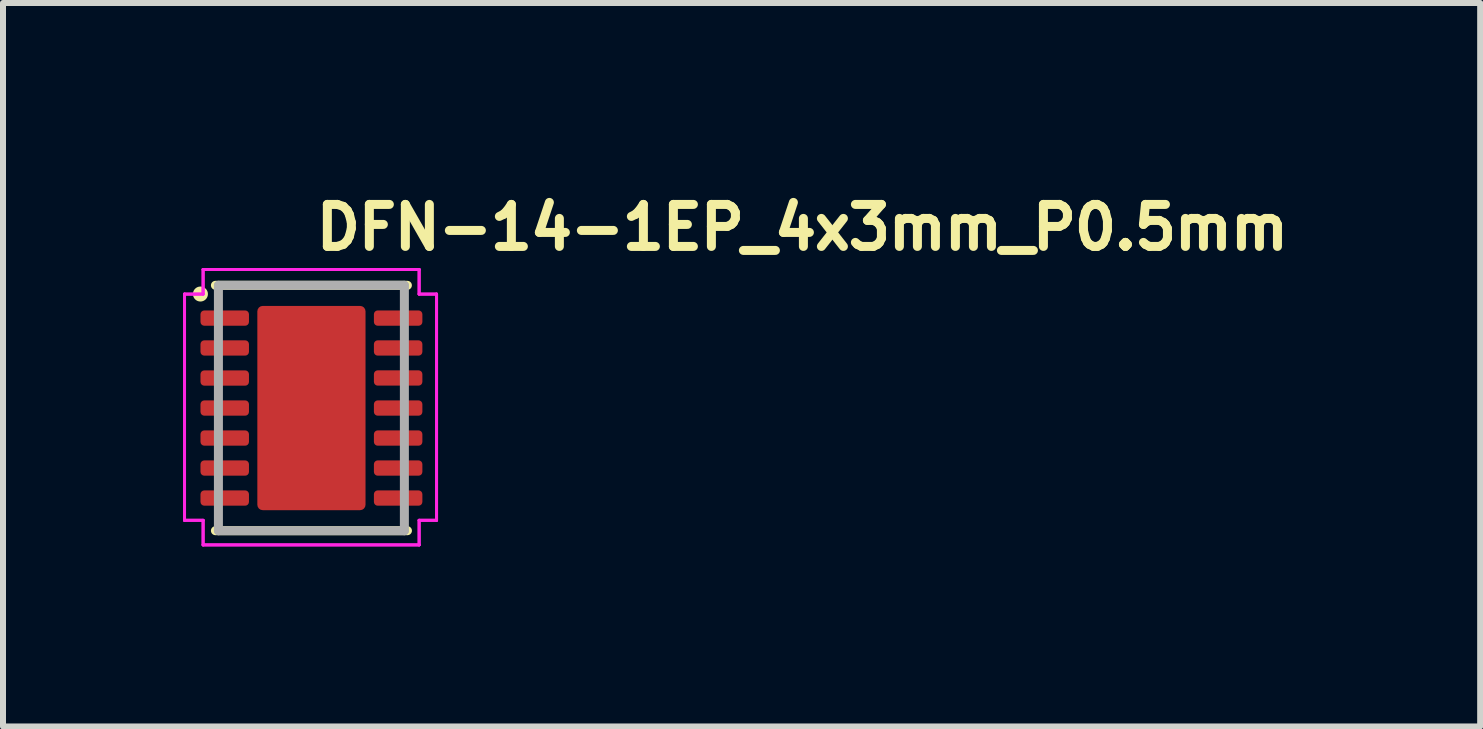
<source format=kicad_pcb>
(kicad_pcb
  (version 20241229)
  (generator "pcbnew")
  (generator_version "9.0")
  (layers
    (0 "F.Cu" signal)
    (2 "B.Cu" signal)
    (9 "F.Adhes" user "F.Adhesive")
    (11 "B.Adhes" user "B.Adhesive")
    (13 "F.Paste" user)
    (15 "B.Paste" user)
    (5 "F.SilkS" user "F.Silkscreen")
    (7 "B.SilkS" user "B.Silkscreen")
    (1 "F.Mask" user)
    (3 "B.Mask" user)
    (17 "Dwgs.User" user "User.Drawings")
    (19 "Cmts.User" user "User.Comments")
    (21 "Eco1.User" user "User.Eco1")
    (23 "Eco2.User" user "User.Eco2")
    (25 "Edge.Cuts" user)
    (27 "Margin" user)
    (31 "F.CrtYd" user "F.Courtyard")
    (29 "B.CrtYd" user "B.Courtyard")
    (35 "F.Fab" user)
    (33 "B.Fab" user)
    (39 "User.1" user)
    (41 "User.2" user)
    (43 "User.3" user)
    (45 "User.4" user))
  (footprint "DFN-14-1EP_4x3mm_P0.5mm"
    (layer "F.Cu")
    (at 2.14 3.75)
    (property "Reference" "DFN-14-1EP_4x3mm_P0.5mm" (at 0 -2.6 0) (layer "F.SilkS") (effects (font (size 0.7 0.7) (thickness 0.15)) (justify left bottom)))
    (attr smd)
    (fp_line (start -1.6 -2.045) (end 1.599 -2.045) (stroke (width 0.15) (type solid)) (layer "F.SilkS"))
    (fp_line (start -1.6 2.044) (end 1.6 2.044) (stroke (width 0.15) (type solid)) (layer "F.SilkS"))
    (fp_circle (center -1.85 -1.9) (end -1.8 -1.9) (stroke (width 0.15) (type solid)) (fill yes) (layer "F.SilkS"))
    (fp_line (start -2.115 -1.899) (end -1.805 -1.899) (stroke (width 0.05) (type solid)) (layer "F.CrtYd"))
    (fp_line (start -2.115 -1.899) (end -1.805 -1.899) (stroke (width 0.05) (type solid)) (layer "F.CrtYd"))
    (fp_line (start -2.115 1.871) (end -2.115 -1.899) (stroke (width 0.05) (type solid)) (layer "F.CrtYd"))
    (fp_line (start -2.115 1.871) (end -2.115 -1.899) (stroke (width 0.05) (type solid)) (layer "F.CrtYd"))
    (fp_line (start -2.115 1.871) (end -1.805 1.871) (stroke (width 0.05) (type solid)) (layer "F.CrtYd"))
    (fp_line (start -1.805 -2.309) (end 1.795 -2.309) (stroke (width 0.05) (type solid)) (layer "F.CrtYd"))
    (fp_line (start -1.805 -2.309) (end 1.795 -2.309) (stroke (width 0.05) (type solid)) (layer "F.CrtYd"))
    (fp_line (start -1.805 -1.899) (end -1.805 -2.309) (stroke (width 0.05) (type solid)) (layer "F.CrtYd"))
    (fp_line (start -1.805 -1.899) (end -1.805 -2.309) (stroke (width 0.05) (type solid)) (layer "F.CrtYd"))
    (fp_line (start -1.805 1.871) (end -2.115 1.871) (stroke (width 0.05) (type solid)) (layer "F.CrtYd"))
    (fp_line (start -1.805 2.281) (end -1.805 1.871) (stroke (width 0.05) (type solid)) (layer "F.CrtYd"))
    (fp_line (start -1.805 2.281) (end -1.805 1.871) (stroke (width 0.05) (type solid)) (layer "F.CrtYd"))
    (fp_line (start 1.795 -2.309) (end 1.795 -1.899) (stroke (width 0.05) (type solid)) (layer "F.CrtYd"))
    (fp_line (start 1.795 -2.309) (end 1.795 -1.899) (stroke (width 0.05) (type solid)) (layer "F.CrtYd"))
    (fp_line (start 1.795 -1.899) (end 2.085 -1.899) (stroke (width 0.05) (type solid)) (layer "F.CrtYd"))
    (fp_line (start 1.795 1.871) (end 1.795 2.281) (stroke (width 0.05) (type solid)) (layer "F.CrtYd"))
    (fp_line (start 1.795 1.871) (end 1.795 2.281) (stroke (width 0.05) (type solid)) (layer "F.CrtYd"))
    (fp_line (start 1.795 2.281) (end -1.805 2.281) (stroke (width 0.05) (type solid)) (layer "F.CrtYd"))
    (fp_line (start 1.795 2.281) (end -1.805 2.281) (stroke (width 0.05) (type solid)) (layer "F.CrtYd"))
    (fp_line (start 2.085 -1.899) (end 1.795 -1.899) (stroke (width 0.05) (type solid)) (layer "F.CrtYd"))
    (fp_line (start 2.085 -1.899) (end 2.085 1.871) (stroke (width 0.05) (type solid)) (layer "F.CrtYd"))
    (fp_line (start 2.085 -1.899) (end 2.085 1.871) (stroke (width 0.05) (type solid)) (layer "F.CrtYd"))
    (fp_line (start 2.085 1.871) (end 1.795 1.871) (stroke (width 0.05) (type solid)) (layer "F.CrtYd"))
    (fp_line (start 2.085 1.871) (end 1.795 1.871) (stroke (width 0.05) (type solid)) (layer "F.CrtYd"))
    (fp_line (start -1.55 -2.045) (end -1.55 2.044) (stroke (width 0.15) (type solid)) (layer "F.Fab"))
    (fp_line (start -1.55 2.044) (end 1.549 2.044) (stroke (width 0.15) (type solid)) (layer "F.Fab"))
    (fp_line (start 1.549 -2.045) (end -1.55 -2.045) (stroke (width 0.15) (type solid)) (layer "F.Fab"))
    (fp_line (start 1.549 2.044) (end 1.549 -2.045) (stroke (width 0.15) (type solid)) (layer "F.Fab"))
    (fp_rect (start -1.55 -2.045) (end 1.549 2.044) (stroke (width 0.1) (type solid)) (fill no) (layer "User.5"))
    (fp_line (start -1.55 -2.045) (end -1.55 2.044) (stroke (width 0.02) (type solid)) (layer "User.9"))
    (fp_line (start -1.55 2.044) (end 1.549 2.044) (stroke (width 0.02) (type solid)) (layer "User.9"))
    (fp_line (start -1.319 -1.499) (end -1.319 -1.499) (stroke (width 0.02) (type solid)) (layer "User.9"))
    (fp_line (start -1.319 -1.499) (end -1.317 -1.496) (stroke (width 0.02) (type solid)) (layer "User.9"))
    (fp_line (start -1.317 -1.511) (end -1.317 -1.507) (stroke (width 0.02) (type solid)) (layer "User.9"))
    (fp_line (start -1.317 -1.507) (end -1.317 -1.503) (stroke (width 0.02) (type solid)) (layer "User.9"))
    (fp_line (start -1.317 -1.503) (end -1.319 -1.499) (stroke (width 0.02) (type solid)) (layer "User.9"))
    (fp_line (start -1.317 -1.496) (end -1.317 -1.492) (stroke (width 0.02) (type solid)) (layer "User.9"))
    (fp_line (start -1.317 -1.492) (end -1.317 -1.489) (stroke (width 0.02) (type solid)) (layer "User.9"))
    (fp_line (start -1.317 -1.489) (end -1.316 -1.485) (stroke (width 0.02) (type solid)) (layer "User.9"))
    (fp_line (start -1.316 -1.515) (end -1.317 -1.511) (stroke (width 0.02) (type solid)) (layer "User.9"))
    (fp_line (start -1.316 -1.485) (end -1.315 -1.481) (stroke (width 0.02) (type solid)) (layer "User.9"))
    (fp_line (start -1.315 -1.519) (end -1.316 -1.515) (stroke (width 0.02) (type solid)) (layer "User.9"))
    (fp_line (start -1.315 -1.481) (end -1.314 -1.477) (stroke (width 0.02) (type solid)) (layer "User.9"))
    (fp_line (start -1.314 -1.523) (end -1.315 -1.519) (stroke (width 0.02) (type solid)) (layer "User.9"))
    (fp_line (start -1.314 -1.477) (end -1.313 -1.473) (stroke (width 0.02) (type solid)) (layer "User.9"))
    (fp_line (start -1.313 -1.526) (end -1.314 -1.523) (stroke (width 0.02) (type solid)) (layer "User.9"))
    (fp_line (start -1.313 -1.473) (end -1.311 -1.47) (stroke (width 0.02) (type solid)) (layer "User.9"))
    (fp_line (start -1.311 -1.53) (end -1.313 -1.526) (stroke (width 0.02) (type solid)) (layer "User.9"))
    (fp_line (start -1.311 -1.47) (end -1.31 -1.466) (stroke (width 0.02) (type solid)) (layer "User.9"))
    (fp_line (start -1.31 -1.534) (end -1.311 -1.53) (stroke (width 0.02) (type solid)) (layer "User.9"))
    (fp_line (start -1.31 -1.466) (end -1.308 -1.463) (stroke (width 0.02) (type solid)) (layer "User.9"))
    (fp_line (start -1.308 -1.536) (end -1.31 -1.534) (stroke (width 0.02) (type solid)) (layer "User.9"))
    (fp_line (start -1.308 -1.463) (end -1.306 -1.459) (stroke (width 0.02) (type solid)) (layer "User.9"))
    (fp_line (start -1.306 -1.541) (end -1.308 -1.536) (stroke (width 0.02) (type solid)) (layer "User.9"))
    (fp_line (start -1.306 -1.459) (end -1.304 -1.456) (stroke (width 0.02) (type solid)) (layer "User.9"))
    (fp_line (start -1.304 -1.543) (end -1.306 -1.541) (stroke (width 0.02) (type solid)) (layer "User.9"))
    (fp_line (start -1.304 -1.456) (end -1.302 -1.454) (stroke (width 0.02) (type solid)) (layer "User.9"))
    (fp_line (start -1.302 -1.546) (end -1.304 -1.543) (stroke (width 0.02) (type solid)) (layer "User.9"))
    (fp_line (start -1.302 -1.454) (end -1.301 -1.45) (stroke (width 0.02) (type solid)) (layer "User.9"))
    (fp_line (start -1.301 -1.55) (end -1.302 -1.546) (stroke (width 0.02) (type solid)) (layer "User.9"))
    (fp_line (start -1.301 -1.45) (end -1.298 -1.447) (stroke (width 0.02) (type solid)) (layer "User.9"))
    (fp_line (start -1.298 -1.552) (end -1.301 -1.55) (stroke (width 0.02) (type solid)) (layer "User.9"))
    (fp_line (start -1.298 -1.447) (end -1.296 -1.446) (stroke (width 0.02) (type solid)) (layer "User.9"))
    (fp_line (start -1.296 -1.554) (end -1.298 -1.552) (stroke (width 0.02) (type solid)) (layer "User.9"))
    (fp_line (start -1.296 -1.446) (end -1.293 -1.442) (stroke (width 0.02) (type solid)) (layer "User.9"))
    (fp_line (start -1.293 -1.558) (end -1.296 -1.554) (stroke (width 0.02) (type solid)) (layer "User.9"))
    (fp_line (start -1.293 -1.442) (end -1.29 -1.44) (stroke (width 0.02) (type solid)) (layer "User.9"))
    (fp_line (start -1.29 -1.559) (end -1.293 -1.558) (stroke (width 0.02) (type solid)) (layer "User.9"))
    (fp_line (start -1.29 -1.44) (end -1.287 -1.438) (stroke (width 0.02) (type solid)) (layer "User.9"))
    (fp_line (start -1.287 -1.562) (end -1.29 -1.559) (stroke (width 0.02) (type solid)) (layer "User.9"))
    (fp_line (start -1.287 -1.438) (end -1.283 -1.435) (stroke (width 0.02) (type solid)) (layer "User.9"))
    (fp_line (start -1.283 -1.565) (end -1.287 -1.562) (stroke (width 0.02) (type solid)) (layer "User.9"))
    (fp_line (start -1.283 -1.435) (end -1.28 -1.433) (stroke (width 0.02) (type solid)) (layer "User.9"))
    (fp_line (start -1.28 -1.567) (end -1.283 -1.565) (stroke (width 0.02) (type solid)) (layer "User.9"))
    (fp_line (start -1.28 -1.433) (end -1.277 -1.431) (stroke (width 0.02) (type solid)) (layer "User.9"))
    (fp_line (start -1.277 -1.569) (end -1.28 -1.567) (stroke (width 0.02) (type solid)) (layer "User.9"))
    (fp_line (start -1.277 -1.431) (end -1.274 -1.43) (stroke (width 0.02) (type solid)) (layer "User.9"))
    (fp_line (start -1.274 -1.57) (end -1.277 -1.569) (stroke (width 0.02) (type solid)) (layer "User.9"))
    (fp_line (start -1.274 -1.43) (end -1.27 -1.428) (stroke (width 0.02) (type solid)) (layer "User.9"))
    (fp_line (start -1.27 -1.572) (end -1.274 -1.57) (stroke (width 0.02) (type solid)) (layer "User.9"))
    (fp_line (start -1.27 -1.428) (end -1.268 -1.427) (stroke (width 0.02) (type solid)) (layer "User.9"))
    (fp_line (start -1.268 -1.572) (end -1.27 -1.572) (stroke (width 0.02) (type solid)) (layer "User.9"))
    (fp_line (start -1.268 -1.427) (end -1.264 -1.427) (stroke (width 0.02) (type solid)) (layer "User.9"))
    (fp_line (start -1.264 -1.573) (end -1.268 -1.572) (stroke (width 0.02) (type solid)) (layer "User.9"))
    (fp_line (start -1.264 -1.427) (end -1.26 -1.425) (stroke (width 0.02) (type solid)) (layer "User.9"))
    (fp_line (start -1.26 -1.575) (end -1.264 -1.573) (stroke (width 0.02) (type solid)) (layer "User.9"))
    (fp_line (start -1.26 -1.425) (end -1.257 -1.425) (stroke (width 0.02) (type solid)) (layer "User.9"))
    (fp_line (start -1.257 -1.575) (end -1.26 -1.575) (stroke (width 0.02) (type solid)) (layer "User.9"))
    (fp_line (start -1.257 -1.425) (end -1.252 -1.424) (stroke (width 0.02) (type solid)) (layer "User.9"))
    (fp_line (start -1.252 -1.576) (end -1.257 -1.575) (stroke (width 0.02) (type solid)) (layer "User.9"))
    (fp_line (start -1.252 -1.424) (end -1.248 -1.423) (stroke (width 0.02) (type solid)) (layer "User.9"))
    (fp_line (start -1.248 -1.577) (end -1.252 -1.576) (stroke (width 0.02) (type solid)) (layer "User.9"))
    (fp_line (start -1.248 -1.423) (end -1.244 -1.423) (stroke (width 0.02) (type solid)) (layer "User.9"))
    (fp_line (start -1.244 -1.577) (end -1.248 -1.577) (stroke (width 0.02) (type solid)) (layer "User.9"))
    (fp_line (start -1.244 -1.423) (end -1.24 -1.423) (stroke (width 0.02) (type solid)) (layer "User.9"))
    (fp_line (start -1.24 -1.577) (end -1.244 -1.577) (stroke (width 0.02) (type solid)) (layer "User.9"))
    (fp_line (start -1.24 -1.577) (end -1.24 -1.577) (stroke (width 0.02) (type solid)) (layer "User.9"))
    (fp_line (start -1.24 -1.423) (end -1.24 -1.423) (stroke (width 0.02) (type solid)) (layer "User.9"))
    (fp_line (start -1.24 -1.423) (end -1.237 -1.423) (stroke (width 0.02) (type solid)) (layer "User.9"))
    (fp_line (start -1.237 -1.577) (end -1.24 -1.577) (stroke (width 0.02) (type solid)) (layer "User.9"))
    (fp_line (start -1.237 -1.423) (end -1.233 -1.423) (stroke (width 0.02) (type solid)) (layer "User.9"))
    (fp_line (start -1.233 -1.577) (end -1.237 -1.577) (stroke (width 0.02) (type solid)) (layer "User.9"))
    (fp_line (start -1.233 -1.423) (end -1.229 -1.424) (stroke (width 0.02) (type solid)) (layer "User.9"))
    (fp_line (start -1.229 -1.576) (end -1.233 -1.577) (stroke (width 0.02) (type solid)) (layer "User.9"))
    (fp_line (start -1.229 -1.424) (end -1.225 -1.425) (stroke (width 0.02) (type solid)) (layer "User.9"))
    (fp_line (start -1.225 -1.575) (end -1.229 -1.576) (stroke (width 0.02) (type solid)) (layer "User.9"))
    (fp_line (start -1.225 -1.425) (end -1.221 -1.425) (stroke (width 0.02) (type solid)) (layer "User.9"))
    (fp_line (start -1.221 -1.575) (end -1.225 -1.575) (stroke (width 0.02) (type solid)) (layer "User.9"))
    (fp_line (start -1.221 -1.425) (end -1.217 -1.427) (stroke (width 0.02) (type solid)) (layer "User.9"))
    (fp_line (start -1.217 -1.573) (end -1.221 -1.575) (stroke (width 0.02) (type solid)) (layer "User.9"))
    (fp_line (start -1.217 -1.427) (end -1.213 -1.427) (stroke (width 0.02) (type solid)) (layer "User.9"))
    (fp_line (start -1.213 -1.572) (end -1.217 -1.573) (stroke (width 0.02) (type solid)) (layer "User.9"))
    (fp_line (start -1.213 -1.427) (end -1.21 -1.428) (stroke (width 0.02) (type solid)) (layer "User.9"))
    (fp_line (start -1.21 -1.572) (end -1.213 -1.572) (stroke (width 0.02) (type solid)) (layer "User.9"))
    (fp_line (start -1.21 -1.428) (end -1.207 -1.43) (stroke (width 0.02) (type solid)) (layer "User.9"))
    (fp_line (start -1.207 -1.57) (end -1.21 -1.572) (stroke (width 0.02) (type solid)) (layer "User.9"))
    (fp_line (start -1.207 -1.43) (end -1.204 -1.431) (stroke (width 0.02) (type solid)) (layer "User.9"))
    (fp_line (start -1.204 -1.569) (end -1.207 -1.57) (stroke (width 0.02) (type solid)) (layer "User.9"))
    (fp_line (start -1.204 -1.431) (end -1.201 -1.433) (stroke (width 0.02) (type solid)) (layer "User.9"))
    (fp_line (start -1.201 -1.567) (end -1.204 -1.569) (stroke (width 0.02) (type solid)) (layer "User.9"))
    (fp_line (start -1.201 -1.433) (end -1.198 -1.435) (stroke (width 0.02) (type solid)) (layer "User.9"))
    (fp_line (start -1.198 -1.565) (end -1.201 -1.567) (stroke (width 0.02) (type solid)) (layer "User.9"))
    (fp_line (start -1.198 -1.435) (end -1.195 -1.438) (stroke (width 0.02) (type solid)) (layer "User.9"))
    (fp_line (start -1.195 -1.562) (end -1.198 -1.565) (stroke (width 0.02) (type solid)) (layer "User.9"))
    (fp_line (start -1.195 -1.438) (end -1.192 -1.44) (stroke (width 0.02) (type solid)) (layer "User.9"))
    (fp_line (start -1.192 -1.559) (end -1.195 -1.562) (stroke (width 0.02) (type solid)) (layer "User.9"))
    (fp_line (start -1.192 -1.44) (end -1.188 -1.442) (stroke (width 0.02) (type solid)) (layer "User.9"))
    (fp_line (start -1.188 -1.558) (end -1.192 -1.559) (stroke (width 0.02) (type solid)) (layer "User.9"))
    (fp_line (start -1.188 -1.442) (end -1.185 -1.446) (stroke (width 0.02) (type solid)) (layer "User.9"))
    (fp_line (start -1.185 -1.554) (end -1.188 -1.558) (stroke (width 0.02) (type solid)) (layer "User.9"))
    (fp_line (start -1.185 -1.446) (end -1.183 -1.447) (stroke (width 0.02) (type solid)) (layer "User.9"))
    (fp_line (start -1.183 -1.552) (end -1.185 -1.554) (stroke (width 0.02) (type solid)) (layer "User.9"))
    (fp_line (start -1.183 -1.447) (end -1.18 -1.45) (stroke (width 0.02) (type solid)) (layer "User.9"))
    (fp_line (start -1.18 -1.55) (end -1.183 -1.552) (stroke (width 0.02) (type solid)) (layer "User.9"))
    (fp_line (start -1.18 -1.45) (end -1.178 -1.454) (stroke (width 0.02) (type solid)) (layer "User.9"))
    (fp_line (start -1.178 -1.546) (end -1.18 -1.55) (stroke (width 0.02) (type solid)) (layer "User.9"))
    (fp_line (start -1.178 -1.454) (end -1.176 -1.456) (stroke (width 0.02) (type solid)) (layer "User.9"))
    (fp_line (start -1.176 -1.543) (end -1.178 -1.546) (stroke (width 0.02) (type solid)) (layer "User.9"))
    (fp_line (start -1.176 -1.456) (end -1.174 -1.459) (stroke (width 0.02) (type solid)) (layer "User.9"))
    (fp_line (start -1.174 -1.541) (end -1.176 -1.543) (stroke (width 0.02) (type solid)) (layer "User.9"))
    (fp_line (start -1.174 -1.459) (end -1.172 -1.463) (stroke (width 0.02) (type solid)) (layer "User.9"))
    (fp_line (start -1.172 -1.536) (end -1.174 -1.541) (stroke (width 0.02) (type solid)) (layer "User.9"))
    (fp_line (start -1.172 -1.463) (end -1.17 -1.466) (stroke (width 0.02) (type solid)) (layer "User.9"))
    (fp_line (start -1.17 -1.534) (end -1.172 -1.536) (stroke (width 0.02) (type solid)) (layer "User.9"))
    (fp_line (start -1.17 -1.466) (end -1.169 -1.47) (stroke (width 0.02) (type solid)) (layer "User.9"))
    (fp_line (start -1.169 -1.53) (end -1.17 -1.534) (stroke (width 0.02) (type solid)) (layer "User.9"))
    (fp_line (start -1.169 -1.47) (end -1.167 -1.473) (stroke (width 0.02) (type solid)) (layer "User.9"))
    (fp_line (start -1.167 -1.526) (end -1.169 -1.53) (stroke (width 0.02) (type solid)) (layer "User.9"))
    (fp_line (start -1.167 -1.473) (end -1.166 -1.477) (stroke (width 0.02) (type solid)) (layer "User.9"))
    (fp_line (start -1.166 -1.523) (end -1.167 -1.526) (stroke (width 0.02) (type solid)) (layer "User.9"))
    (fp_line (start -1.166 -1.477) (end -1.165 -1.481) (stroke (width 0.02) (type solid)) (layer "User.9"))
    (fp_line (start -1.165 -1.519) (end -1.166 -1.523) (stroke (width 0.02) (type solid)) (layer "User.9"))
    (fp_line (start -1.165 -1.481) (end -1.164 -1.485) (stroke (width 0.02) (type solid)) (layer "User.9"))
    (fp_line (start -1.164 -1.515) (end -1.165 -1.519) (stroke (width 0.02) (type solid)) (layer "User.9"))
    (fp_line (start -1.164 -1.511) (end -1.164 -1.515) (stroke (width 0.02) (type solid)) (layer "User.9"))
    (fp_line (start -1.164 -1.489) (end -1.163 -1.492) (stroke (width 0.02) (type solid)) (layer "User.9"))
    (fp_line (start -1.164 -1.485) (end -1.164 -1.489) (stroke (width 0.02) (type solid)) (layer "User.9"))
    (fp_line (start -1.163 -1.507) (end -1.164 -1.511) (stroke (width 0.02) (type solid)) (layer "User.9"))
    (fp_line (start -1.163 -1.503) (end -1.163 -1.507) (stroke (width 0.02) (type solid)) (layer "User.9"))
    (fp_line (start -1.163 -1.499) (end -1.163 -1.503) (stroke (width 0.02) (type solid)) (layer "User.9"))
    (fp_line (start -1.163 -1.499) (end -1.163 -1.499) (stroke (width 0.02) (type solid)) (layer "User.9"))
    (fp_line (start -1.163 -1.499) (end -1.163 -1.499) (stroke (width 0.02) (type solid)) (layer "User.9"))
    (fp_line (start -1.163 -1.496) (end -1.163 -1.499) (stroke (width 0.02) (type solid)) (layer "User.9"))
    (fp_line (start -1.163 -1.492) (end -1.163 -1.496) (stroke (width 0.02) (type solid)) (layer "User.9"))
    (fp_line (start 1.549 -2.045) (end -1.55 -2.045) (stroke (width 0.02) (type solid)) (layer "User.9"))
    (fp_line (start 1.549 2.044) (end 1.549 -2.045) (stroke (width 0.02) (type solid)) (layer "User.9"))
    (pad "" smd roundrect (at 0 -0.8) (size 1.3 1.3) (layers "F.Cu" "F.Paste") (roundrect_rratio 0.05))
    (pad "" smd roundrect (at 0 0.8) (size 1.3 1.3) (layers "F.Cu" "F.Paste") (roundrect_rratio 0.05))
    (pad "1" smd roundrect (at -1.445 -1.499) (size 0.808 0.255) (layers "F.Cu" "F.Mask" "F.Paste") (roundrect_rratio 0.25))
    (pad "2" smd roundrect (at -1.445 -1.001) (size 0.808 0.255) (layers "F.Cu" "F.Mask" "F.Paste") (roundrect_rratio 0.25))
    (pad "3" smd roundrect (at -1.445 -0.5) (size 0.808 0.255) (layers "F.Cu" "F.Mask" "F.Paste") (roundrect_rratio 0.25))
    (pad "4" smd roundrect (at -1.445 0) (size 0.808 0.255) (layers "F.Cu" "F.Mask" "F.Paste") (roundrect_rratio 0.25))
    (pad "5" smd roundrect (at -1.445 0.5) (size 0.808 0.255) (layers "F.Cu" "F.Mask" "F.Paste") (roundrect_rratio 0.25))
    (pad "6" smd roundrect (at -1.445 1) (size 0.808 0.255) (layers "F.Cu" "F.Mask" "F.Paste") (roundrect_rratio 0.25))
    (pad "7" smd roundrect (at -1.445 1.5) (size 0.808 0.255) (layers "F.Cu" "F.Mask" "F.Paste") (roundrect_rratio 0.25))
    (pad "8" smd roundrect (at 1.445 1.5) (size 0.808 0.255) (layers "F.Cu" "F.Mask" "F.Paste") (roundrect_rratio 0.25))
    (pad "9" smd roundrect (at 1.445 1) (size 0.808 0.255) (layers "F.Cu" "F.Mask" "F.Paste") (roundrect_rratio 0.25))
    (pad "10" smd roundrect (at 1.445 0.5) (size 0.808 0.255) (layers "F.Cu" "F.Mask" "F.Paste") (roundrect_rratio 0.25))
    (pad "11" smd roundrect (at 1.445 0) (size 0.808 0.255) (layers "F.Cu" "F.Mask" "F.Paste") (roundrect_rratio 0.25))
    (pad "12" smd roundrect (at 1.445 -0.501) (size 0.808 0.255) (layers "F.Cu" "F.Mask" "F.Paste") (roundrect_rratio 0.25))
    (pad "13" smd roundrect (at 1.445 -1.001) (size 0.808 0.255) (layers "F.Cu" "F.Mask" "F.Paste") (roundrect_rratio 0.25))
    (pad "14" smd roundrect (at 1.445 -1.499) (size 0.808 0.255) (layers "F.Cu" "F.Mask" "F.Paste") (roundrect_rratio 0.25))
    (pad "15" smd roundrect (at 0 0) (size 1.803 3.404) (layers "F.Cu" "F.Mask") (roundrect_rratio 0.05)))
  (gr_rect
    (start -3 -3)
    (end 21.617 9.056)
    (stroke (width 0.1) (type default))
    (fill no)
    (layer "Edge.Cuts")))
</source>
